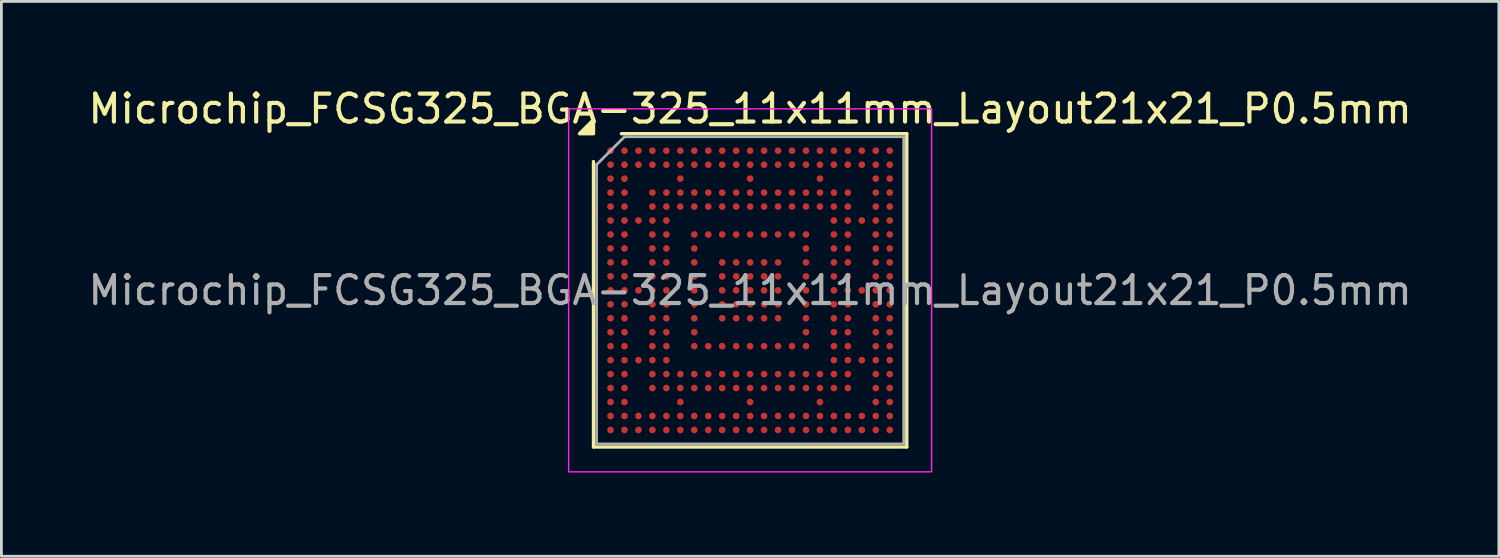
<source format=kicad_pcb>
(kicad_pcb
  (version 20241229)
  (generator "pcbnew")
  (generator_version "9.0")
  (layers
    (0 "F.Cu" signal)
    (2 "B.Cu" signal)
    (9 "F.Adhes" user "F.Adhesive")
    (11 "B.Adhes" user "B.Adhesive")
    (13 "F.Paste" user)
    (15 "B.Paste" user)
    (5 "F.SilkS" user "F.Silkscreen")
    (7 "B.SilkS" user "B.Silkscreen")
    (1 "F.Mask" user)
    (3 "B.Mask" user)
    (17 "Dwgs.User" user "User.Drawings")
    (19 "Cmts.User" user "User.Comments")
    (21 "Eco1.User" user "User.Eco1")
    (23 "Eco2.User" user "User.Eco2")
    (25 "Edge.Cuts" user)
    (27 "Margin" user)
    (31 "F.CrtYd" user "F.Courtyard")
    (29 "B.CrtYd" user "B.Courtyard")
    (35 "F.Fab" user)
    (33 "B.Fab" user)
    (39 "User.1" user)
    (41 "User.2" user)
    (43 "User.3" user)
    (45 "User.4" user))
  (footprint "Microchip_FCSG325_BGA-325_11x11mm_Layout21x21_P0.5mm"
    (layer "F.Cu")
    (at 23.815 7.348)
    (property "Reference" "Microchip_FCSG325_BGA-325_11x11mm_Layout21x21_P0.5mm" (at 0 -6.5 0) (layer "F.SilkS") (effects (font (size 1 1) (thickness 0.15))))
    (attr smd)
    (fp_line (start -5.61 5.61) (end -5.61 -4.61) (stroke (width 0.12) (type solid)) (layer "F.SilkS"))
    (fp_line (start -4.61 -5.61) (end 5.61 -5.61) (stroke (width 0.12) (type solid)) (layer "F.SilkS"))
    (fp_line (start 5.61 -5.61) (end 5.61 5.61) (stroke (width 0.12) (type solid)) (layer "F.SilkS"))
    (fp_line (start 5.61 5.61) (end -5.61 5.61) (stroke (width 0.12) (type solid)) (layer "F.SilkS"))
    (fp_poly (pts (xy -5.61 -5.61) (xy -6.11 -5.61) (xy -5.61 -6.11)) (stroke (width 0.12) (type solid)) (fill yes) (layer "F.SilkS"))
    (fp_rect (start -6.5 -6.5) (end 6.5 6.5) (stroke (width 0.05) (type solid)) (fill no) (layer "F.CrtYd"))
    (fp_line (start -5.5 -4.5) (end -4.5 -5.5) (stroke (width 0.1) (type solid)) (layer "F.Fab"))
    (fp_line (start -5.5 5.5) (end -5.5 -4.5) (stroke (width 0.1) (type solid)) (layer "F.Fab"))
    (fp_line (start -4.5 -5.5) (end 5.5 -5.5) (stroke (width 0.1) (type solid)) (layer "F.Fab"))
    (fp_line (start 5.5 -5.5) (end 5.5 5.5) (stroke (width 0.1) (type solid)) (layer "F.Fab"))
    (fp_line (start 5.5 5.5) (end -5.5 5.5) (stroke (width 0.1) (type solid)) (layer "F.Fab"))
    (fp_text user "${REFERENCE}" (at 0 0 0) (layer "F.Fab") (effects (font (size 1 1) (thickness 0.15))))
    (pad "A1" smd circle (at -5 -5) (size 0.24 0.24) (property pad_prop_bga) (layers "F.Cu" "F.Mask" "F.Paste"))
    (pad "A2" smd circle (at -4.5 -5) (size 0.24 0.24) (property pad_prop_bga) (layers "F.Cu" "F.Mask" "F.Paste"))
    (pad "A3" smd circle (at -4 -5) (size 0.24 0.24) (property pad_prop_bga) (layers "F.Cu" "F.Mask" "F.Paste"))
    (pad "A4" smd circle (at -3.5 -5) (size 0.24 0.24) (property pad_prop_bga) (layers "F.Cu" "F.Mask" "F.Paste"))
    (pad "A5" smd circle (at -3 -5) (size 0.24 0.24) (property pad_prop_bga) (layers "F.Cu" "F.Mask" "F.Paste"))
    (pad "A6" smd circle (at -2.5 -5) (size 0.24 0.24) (property pad_prop_bga) (layers "F.Cu" "F.Mask" "F.Paste"))
    (pad "A7" smd circle (at -2 -5) (size 0.24 0.24) (property pad_prop_bga) (layers "F.Cu" "F.Mask" "F.Paste"))
    (pad "A8" smd circle (at -1.5 -5) (size 0.24 0.24) (property pad_prop_bga) (layers "F.Cu" "F.Mask" "F.Paste"))
    (pad "A9" smd circle (at -1 -5) (size 0.24 0.24) (property pad_prop_bga) (layers "F.Cu" "F.Mask" "F.Paste"))
    (pad "A10" smd circle (at -0.5 -5) (size 0.24 0.24) (property pad_prop_bga) (layers "F.Cu" "F.Mask" "F.Paste"))
    (pad "A11" smd circle (at 0 -5) (size 0.24 0.24) (property pad_prop_bga) (layers "F.Cu" "F.Mask" "F.Paste"))
    (pad "A12" smd circle (at 0.5 -5) (size 0.24 0.24) (property pad_prop_bga) (layers "F.Cu" "F.Mask" "F.Paste"))
    (pad "A13" smd circle (at 1 -5) (size 0.24 0.24) (property pad_prop_bga) (layers "F.Cu" "F.Mask" "F.Paste"))
    (pad "A14" smd circle (at 1.5 -5) (size 0.24 0.24) (property pad_prop_bga) (layers "F.Cu" "F.Mask" "F.Paste"))
    (pad "A15" smd circle (at 2 -5) (size 0.24 0.24) (property pad_prop_bga) (layers "F.Cu" "F.Mask" "F.Paste"))
    (pad "A16" smd circle (at 2.5 -5) (size 0.24 0.24) (property pad_prop_bga) (layers "F.Cu" "F.Mask" "F.Paste"))
    (pad "A17" smd circle (at 3 -5) (size 0.24 0.24) (property pad_prop_bga) (layers "F.Cu" "F.Mask" "F.Paste"))
    (pad "A18" smd circle (at 3.5 -5) (size 0.24 0.24) (property pad_prop_bga) (layers "F.Cu" "F.Mask" "F.Paste"))
    (pad "A19" smd circle (at 4 -5) (size 0.24 0.24) (property pad_prop_bga) (layers "F.Cu" "F.Mask" "F.Paste"))
    (pad "A20" smd circle (at 4.5 -5) (size 0.24 0.24) (property pad_prop_bga) (layers "F.Cu" "F.Mask" "F.Paste"))
    (pad "A21" smd circle (at 5 -5) (size 0.24 0.24) (property pad_prop_bga) (layers "F.Cu" "F.Mask" "F.Paste"))
    (pad "AA1" smd circle (at -5 5) (size 0.24 0.24) (property pad_prop_bga) (layers "F.Cu" "F.Mask" "F.Paste"))
    (pad "AA2" smd circle (at -4.5 5) (size 0.24 0.24) (property pad_prop_bga) (layers "F.Cu" "F.Mask" "F.Paste"))
    (pad "AA3" smd circle (at -4 5) (size 0.24 0.24) (property pad_prop_bga) (layers "F.Cu" "F.Mask" "F.Paste"))
    (pad "AA4" smd circle (at -3.5 5) (size 0.24 0.24) (property pad_prop_bga) (layers "F.Cu" "F.Mask" "F.Paste"))
    (pad "AA5" smd circle (at -3 5) (size 0.24 0.24) (property pad_prop_bga) (layers "F.Cu" "F.Mask" "F.Paste"))
    (pad "AA6" smd circle (at -2.5 5) (size 0.24 0.24) (property pad_prop_bga) (layers "F.Cu" "F.Mask" "F.Paste"))
    (pad "AA7" smd circle (at -2 5) (size 0.24 0.24) (property pad_prop_bga) (layers "F.Cu" "F.Mask" "F.Paste"))
    (pad "AA8" smd circle (at -1.5 5) (size 0.24 0.24) (property pad_prop_bga) (layers "F.Cu" "F.Mask" "F.Paste"))
    (pad "AA9" smd circle (at -1 5) (size 0.24 0.24) (property pad_prop_bga) (layers "F.Cu" "F.Mask" "F.Paste"))
    (pad "AA10" smd circle (at -0.5 5) (size 0.24 0.24) (property pad_prop_bga) (layers "F.Cu" "F.Mask" "F.Paste"))
    (pad "AA11" smd circle (at 0 5) (size 0.24 0.24) (property pad_prop_bga) (layers "F.Cu" "F.Mask" "F.Paste"))
    (pad "AA12" smd circle (at 0.5 5) (size 0.24 0.24) (property pad_prop_bga) (layers "F.Cu" "F.Mask" "F.Paste"))
    (pad "AA13" smd circle (at 1 5) (size 0.24 0.24) (property pad_prop_bga) (layers "F.Cu" "F.Mask" "F.Paste"))
    (pad "AA14" smd circle (at 1.5 5) (size 0.24 0.24) (property pad_prop_bga) (layers "F.Cu" "F.Mask" "F.Paste"))
    (pad "AA15" smd circle (at 2 5) (size 0.24 0.24) (property pad_prop_bga) (layers "F.Cu" "F.Mask" "F.Paste"))
    (pad "AA16" smd circle (at 2.5 5) (size 0.24 0.24) (property pad_prop_bga) (layers "F.Cu" "F.Mask" "F.Paste"))
    (pad "AA17" smd circle (at 3 5) (size 0.24 0.24) (property pad_prop_bga) (layers "F.Cu" "F.Mask" "F.Paste"))
    (pad "AA18" smd circle (at 3.5 5) (size 0.24 0.24) (property pad_prop_bga) (layers "F.Cu" "F.Mask" "F.Paste"))
    (pad "AA19" smd circle (at 4 5) (size 0.24 0.24) (property pad_prop_bga) (layers "F.Cu" "F.Mask" "F.Paste"))
    (pad "AA20" smd circle (at 4.5 5) (size 0.24 0.24) (property pad_prop_bga) (layers "F.Cu" "F.Mask" "F.Paste"))
    (pad "AA21" smd circle (at 5 5) (size 0.24 0.24) (property pad_prop_bga) (layers "F.Cu" "F.Mask" "F.Paste"))
    (pad "B1" smd circle (at -5 -4.5) (size 0.24 0.24) (property pad_prop_bga) (layers "F.Cu" "F.Mask" "F.Paste"))
    (pad "B2" smd circle (at -4.5 -4.5) (size 0.24 0.24) (property pad_prop_bga) (layers "F.Cu" "F.Mask" "F.Paste"))
    (pad "B3" smd circle (at -4 -4.5) (size 0.24 0.24) (property pad_prop_bga) (layers "F.Cu" "F.Mask" "F.Paste"))
    (pad "B4" smd circle (at -3.5 -4.5) (size 0.24 0.24) (property pad_prop_bga) (layers "F.Cu" "F.Mask" "F.Paste"))
    (pad "B5" smd circle (at -3 -4.5) (size 0.24 0.24) (property pad_prop_bga) (layers "F.Cu" "F.Mask" "F.Paste"))
    (pad "B6" smd circle (at -2.5 -4.5) (size 0.24 0.24) (property pad_prop_bga) (layers "F.Cu" "F.Mask" "F.Paste"))
    (pad "B7" smd circle (at -2 -4.5) (size 0.24 0.24) (property pad_prop_bga) (layers "F.Cu" "F.Mask" "F.Paste"))
    (pad "B8" smd circle (at -1.5 -4.5) (size 0.24 0.24) (property pad_prop_bga) (layers "F.Cu" "F.Mask" "F.Paste"))
    (pad "B9" smd circle (at -1 -4.5) (size 0.24 0.24) (property pad_prop_bga) (layers "F.Cu" "F.Mask" "F.Paste"))
    (pad "B10" smd circle (at -0.5 -4.5) (size 0.24 0.24) (property pad_prop_bga) (layers "F.Cu" "F.Mask" "F.Paste"))
    (pad "B11" smd circle (at 0 -4.5) (size 0.24 0.24) (property pad_prop_bga) (layers "F.Cu" "F.Mask" "F.Paste"))
    (pad "B12" smd circle (at 0.5 -4.5) (size 0.24 0.24) (property pad_prop_bga) (layers "F.Cu" "F.Mask" "F.Paste"))
    (pad "B13" smd circle (at 1 -4.5) (size 0.24 0.24) (property pad_prop_bga) (layers "F.Cu" "F.Mask" "F.Paste"))
    (pad "B14" smd circle (at 1.5 -4.5) (size 0.24 0.24) (property pad_prop_bga) (layers "F.Cu" "F.Mask" "F.Paste"))
    (pad "B15" smd circle (at 2 -4.5) (size 0.24 0.24) (property pad_prop_bga) (layers "F.Cu" "F.Mask" "F.Paste"))
    (pad "B16" smd circle (at 2.5 -4.5) (size 0.24 0.24) (property pad_prop_bga) (layers "F.Cu" "F.Mask" "F.Paste"))
    (pad "B17" smd circle (at 3 -4.5) (size 0.24 0.24) (property pad_prop_bga) (layers "F.Cu" "F.Mask" "F.Paste"))
    (pad "B18" smd circle (at 3.5 -4.5) (size 0.24 0.24) (property pad_prop_bga) (layers "F.Cu" "F.Mask" "F.Paste"))
    (pad "B19" smd circle (at 4 -4.5) (size 0.24 0.24) (property pad_prop_bga) (layers "F.Cu" "F.Mask" "F.Paste"))
    (pad "B20" smd circle (at 4.5 -4.5) (size 0.24 0.24) (property pad_prop_bga) (layers "F.Cu" "F.Mask" "F.Paste"))
    (pad "B21" smd circle (at 5 -4.5) (size 0.24 0.24) (property pad_prop_bga) (layers "F.Cu" "F.Mask" "F.Paste"))
    (pad "C1" smd circle (at -5 -4) (size 0.24 0.24) (property pad_prop_bga) (layers "F.Cu" "F.Mask" "F.Paste"))
    (pad "C2" smd circle (at -4.5 -4) (size 0.24 0.24) (property pad_prop_bga) (layers "F.Cu" "F.Mask" "F.Paste"))
    (pad "C6" smd circle (at -2.5 -4) (size 0.24 0.24) (property pad_prop_bga) (layers "F.Cu" "F.Mask" "F.Paste"))
    (pad "C11" smd circle (at 0 -4) (size 0.24 0.24) (property pad_prop_bga) (layers "F.Cu" "F.Mask" "F.Paste"))
    (pad "C16" smd circle (at 2.5 -4) (size 0.24 0.24) (property pad_prop_bga) (layers "F.Cu" "F.Mask" "F.Paste"))
    (pad "C20" smd circle (at 4.5 -4) (size 0.24 0.24) (property pad_prop_bga) (layers "F.Cu" "F.Mask" "F.Paste"))
    (pad "C21" smd circle (at 5 -4) (size 0.24 0.24) (property pad_prop_bga) (layers "F.Cu" "F.Mask" "F.Paste"))
    (pad "D1" smd circle (at -5 -3.5) (size 0.24 0.24) (property pad_prop_bga) (layers "F.Cu" "F.Mask" "F.Paste"))
    (pad "D2" smd circle (at -4.5 -3.5) (size 0.24 0.24) (property pad_prop_bga) (layers "F.Cu" "F.Mask" "F.Paste"))
    (pad "D4" smd circle (at -3.5 -3.5) (size 0.24 0.24) (property pad_prop_bga) (layers "F.Cu" "F.Mask" "F.Paste"))
    (pad "D5" smd circle (at -3 -3.5) (size 0.24 0.24) (property pad_prop_bga) (layers "F.Cu" "F.Mask" "F.Paste"))
    (pad "D6" smd circle (at -2.5 -3.5) (size 0.24 0.24) (property pad_prop_bga) (layers "F.Cu" "F.Mask" "F.Paste"))
    (pad "D7" smd circle (at -2 -3.5) (size 0.24 0.24) (property pad_prop_bga) (layers "F.Cu" "F.Mask" "F.Paste"))
    (pad "D8" smd circle (at -1.5 -3.5) (size 0.24 0.24) (property pad_prop_bga) (layers "F.Cu" "F.Mask" "F.Paste"))
    (pad "D9" smd circle (at -1 -3.5) (size 0.24 0.24) (property pad_prop_bga) (layers "F.Cu" "F.Mask" "F.Paste"))
    (pad "D10" smd circle (at -0.5 -3.5) (size 0.24 0.24) (property pad_prop_bga) (layers "F.Cu" "F.Mask" "F.Paste"))
    (pad "D11" smd circle (at 0 -3.5) (size 0.24 0.24) (property pad_prop_bga) (layers "F.Cu" "F.Mask" "F.Paste"))
    (pad "D12" smd circle (at 0.5 -3.5) (size 0.24 0.24) (property pad_prop_bga) (layers "F.Cu" "F.Mask" "F.Paste"))
    (pad "D13" smd circle (at 1 -3.5) (size 0.24 0.24) (property pad_prop_bga) (layers "F.Cu" "F.Mask" "F.Paste"))
    (pad "D14" smd circle (at 1.5 -3.5) (size 0.24 0.24) (property pad_prop_bga) (layers "F.Cu" "F.Mask" "F.Paste"))
    (pad "D15" smd circle (at 2 -3.5) (size 0.24 0.24) (property pad_prop_bga) (layers "F.Cu" "F.Mask" "F.Paste"))
    (pad "D16" smd circle (at 2.5 -3.5) (size 0.24 0.24) (property pad_prop_bga) (layers "F.Cu" "F.Mask" "F.Paste"))
    (pad "D17" smd circle (at 3 -3.5) (size 0.24 0.24) (property pad_prop_bga) (layers "F.Cu" "F.Mask" "F.Paste"))
    (pad "D18" smd circle (at 3.5 -3.5) (size 0.24 0.24) (property pad_prop_bga) (layers "F.Cu" "F.Mask" "F.Paste"))
    (pad "D20" smd circle (at 4.5 -3.5) (size 0.24 0.24) (property pad_prop_bga) (layers "F.Cu" "F.Mask" "F.Paste"))
    (pad "D21" smd circle (at 5 -3.5) (size 0.24 0.24) (property pad_prop_bga) (layers "F.Cu" "F.Mask" "F.Paste"))
    (pad "E1" smd circle (at -5 -3) (size 0.24 0.24) (property pad_prop_bga) (layers "F.Cu" "F.Mask" "F.Paste"))
    (pad "E2" smd circle (at -4.5 -3) (size 0.24 0.24) (property pad_prop_bga) (layers "F.Cu" "F.Mask" "F.Paste"))
    (pad "E4" smd circle (at -3.5 -3) (size 0.24 0.24) (property pad_prop_bga) (layers "F.Cu" "F.Mask" "F.Paste"))
    (pad "E5" smd circle (at -3 -3) (size 0.24 0.24) (property pad_prop_bga) (layers "F.Cu" "F.Mask" "F.Paste"))
    (pad "E6" smd circle (at -2.5 -3) (size 0.24 0.24) (property pad_prop_bga) (layers "F.Cu" "F.Mask" "F.Paste"))
    (pad "E7" smd circle (at -2 -3) (size 0.24 0.24) (property pad_prop_bga) (layers "F.Cu" "F.Mask" "F.Paste"))
    (pad "E8" smd circle (at -1.5 -3) (size 0.24 0.24) (property pad_prop_bga) (layers "F.Cu" "F.Mask" "F.Paste"))
    (pad "E9" smd circle (at -1 -3) (size 0.24 0.24) (property pad_prop_bga) (layers "F.Cu" "F.Mask" "F.Paste"))
    (pad "E10" smd circle (at -0.5 -3) (size 0.24 0.24) (property pad_prop_bga) (layers "F.Cu" "F.Mask" "F.Paste"))
    (pad "E11" smd circle (at 0 -3) (size 0.24 0.24) (property pad_prop_bga) (layers "F.Cu" "F.Mask" "F.Paste"))
    (pad "E12" smd circle (at 0.5 -3) (size 0.24 0.24) (property pad_prop_bga) (layers "F.Cu" "F.Mask" "F.Paste"))
    (pad "E13" smd circle (at 1 -3) (size 0.24 0.24) (property pad_prop_bga) (layers "F.Cu" "F.Mask" "F.Paste"))
    (pad "E14" smd circle (at 1.5 -3) (size 0.24 0.24) (property pad_prop_bga) (layers "F.Cu" "F.Mask" "F.Paste"))
    (pad "E15" smd circle (at 2 -3) (size 0.24 0.24) (property pad_prop_bga) (layers "F.Cu" "F.Mask" "F.Paste"))
    (pad "E16" smd circle (at 2.5 -3) (size 0.24 0.24) (property pad_prop_bga) (layers "F.Cu" "F.Mask" "F.Paste"))
    (pad "E17" smd circle (at 3 -3) (size 0.24 0.24) (property pad_prop_bga) (layers "F.Cu" "F.Mask" "F.Paste"))
    (pad "E18" smd circle (at 3.5 -3) (size 0.24 0.24) (property pad_prop_bga) (layers "F.Cu" "F.Mask" "F.Paste"))
    (pad "E20" smd circle (at 4.5 -3) (size 0.24 0.24) (property pad_prop_bga) (layers "F.Cu" "F.Mask" "F.Paste"))
    (pad "E21" smd circle (at 5 -3) (size 0.24 0.24) (property pad_prop_bga) (layers "F.Cu" "F.Mask" "F.Paste"))
    (pad "F1" smd circle (at -5 -2.5) (size 0.24 0.24) (property pad_prop_bga) (layers "F.Cu" "F.Mask" "F.Paste"))
    (pad "F2" smd circle (at -4.5 -2.5) (size 0.24 0.24) (property pad_prop_bga) (layers "F.Cu" "F.Mask" "F.Paste"))
    (pad "F3" smd circle (at -4 -2.5) (size 0.24 0.24) (property pad_prop_bga) (layers "F.Cu" "F.Mask" "F.Paste"))
    (pad "F4" smd circle (at -3.5 -2.5) (size 0.24 0.24) (property pad_prop_bga) (layers "F.Cu" "F.Mask" "F.Paste"))
    (pad "F5" smd circle (at -3 -2.5) (size 0.24 0.24) (property pad_prop_bga) (layers "F.Cu" "F.Mask" "F.Paste"))
    (pad "F17" smd circle (at 3 -2.5) (size 0.24 0.24) (property pad_prop_bga) (layers "F.Cu" "F.Mask" "F.Paste"))
    (pad "F18" smd circle (at 3.5 -2.5) (size 0.24 0.24) (property pad_prop_bga) (layers "F.Cu" "F.Mask" "F.Paste"))
    (pad "F19" smd circle (at 4 -2.5) (size 0.24 0.24) (property pad_prop_bga) (layers "F.Cu" "F.Mask" "F.Paste"))
    (pad "F20" smd circle (at 4.5 -2.5) (size 0.24 0.24) (property pad_prop_bga) (layers "F.Cu" "F.Mask" "F.Paste"))
    (pad "F21" smd circle (at 5 -2.5) (size 0.24 0.24) (property pad_prop_bga) (layers "F.Cu" "F.Mask" "F.Paste"))
    (pad "G1" smd circle (at -5 -2) (size 0.24 0.24) (property pad_prop_bga) (layers "F.Cu" "F.Mask" "F.Paste"))
    (pad "G2" smd circle (at -4.5 -2) (size 0.24 0.24) (property pad_prop_bga) (layers "F.Cu" "F.Mask" "F.Paste"))
    (pad "G4" smd circle (at -3.5 -2) (size 0.24 0.24) (property pad_prop_bga) (layers "F.Cu" "F.Mask" "F.Paste"))
    (pad "G5" smd circle (at -3 -2) (size 0.24 0.24) (property pad_prop_bga) (layers "F.Cu" "F.Mask" "F.Paste"))
    (pad "G7" smd circle (at -2 -2) (size 0.24 0.24) (property pad_prop_bga) (layers "F.Cu" "F.Mask" "F.Paste"))
    (pad "G8" smd circle (at -1.5 -2) (size 0.24 0.24) (property pad_prop_bga) (layers "F.Cu" "F.Mask" "F.Paste"))
    (pad "G9" smd circle (at -1 -2) (size 0.24 0.24) (property pad_prop_bga) (layers "F.Cu" "F.Mask" "F.Paste"))
    (pad "G10" smd circle (at -0.5 -2) (size 0.24 0.24) (property pad_prop_bga) (layers "F.Cu" "F.Mask" "F.Paste"))
    (pad "G11" smd circle (at 0 -2) (size 0.24 0.24) (property pad_prop_bga) (layers "F.Cu" "F.Mask" "F.Paste"))
    (pad "G12" smd circle (at 0.5 -2) (size 0.24 0.24) (property pad_prop_bga) (layers "F.Cu" "F.Mask" "F.Paste"))
    (pad "G13" smd circle (at 1 -2) (size 0.24 0.24) (property pad_prop_bga) (layers "F.Cu" "F.Mask" "F.Paste"))
    (pad "G14" smd circle (at 1.5 -2) (size 0.24 0.24) (property pad_prop_bga) (layers "F.Cu" "F.Mask" "F.Paste"))
    (pad "G15" smd circle (at 2 -2) (size 0.24 0.24) (property pad_prop_bga) (layers "F.Cu" "F.Mask" "F.Paste"))
    (pad "G17" smd circle (at 3 -2) (size 0.24 0.24) (property pad_prop_bga) (layers "F.Cu" "F.Mask" "F.Paste"))
    (pad "G18" smd circle (at 3.5 -2) (size 0.24 0.24) (property pad_prop_bga) (layers "F.Cu" "F.Mask" "F.Paste"))
    (pad "G20" smd circle (at 4.5 -2) (size 0.24 0.24) (property pad_prop_bga) (layers "F.Cu" "F.Mask" "F.Paste"))
    (pad "G21" smd circle (at 5 -2) (size 0.24 0.24) (property pad_prop_bga) (layers "F.Cu" "F.Mask" "F.Paste"))
    (pad "H1" smd circle (at -5 -1.5) (size 0.24 0.24) (property pad_prop_bga) (layers "F.Cu" "F.Mask" "F.Paste"))
    (pad "H2" smd circle (at -4.5 -1.5) (size 0.24 0.24) (property pad_prop_bga) (layers "F.Cu" "F.Mask" "F.Paste"))
    (pad "H4" smd circle (at -3.5 -1.5) (size 0.24 0.24) (property pad_prop_bga) (layers "F.Cu" "F.Mask" "F.Paste"))
    (pad "H5" smd circle (at -3 -1.5) (size 0.24 0.24) (property pad_prop_bga) (layers "F.Cu" "F.Mask" "F.Paste"))
    (pad "H7" smd circle (at -2 -1.5) (size 0.24 0.24) (property pad_prop_bga) (layers "F.Cu" "F.Mask" "F.Paste"))
    (pad "H15" smd circle (at 2 -1.5) (size 0.24 0.24) (property pad_prop_bga) (layers "F.Cu" "F.Mask" "F.Paste"))
    (pad "H17" smd circle (at 3 -1.5) (size 0.24 0.24) (property pad_prop_bga) (layers "F.Cu" "F.Mask" "F.Paste"))
    (pad "H18" smd circle (at 3.5 -1.5) (size 0.24 0.24) (property pad_prop_bga) (layers "F.Cu" "F.Mask" "F.Paste"))
    (pad "H20" smd circle (at 4.5 -1.5) (size 0.24 0.24) (property pad_prop_bga) (layers "F.Cu" "F.Mask" "F.Paste"))
    (pad "H21" smd circle (at 5 -1.5) (size 0.24 0.24) (property pad_prop_bga) (layers "F.Cu" "F.Mask" "F.Paste"))
    (pad "J1" smd circle (at -5 -1) (size 0.24 0.24) (property pad_prop_bga) (layers "F.Cu" "F.Mask" "F.Paste"))
    (pad "J2" smd circle (at -4.5 -1) (size 0.24 0.24) (property pad_prop_bga) (layers "F.Cu" "F.Mask" "F.Paste"))
    (pad "J4" smd circle (at -3.5 -1) (size 0.24 0.24) (property pad_prop_bga) (layers "F.Cu" "F.Mask" "F.Paste"))
    (pad "J5" smd circle (at -3 -1) (size 0.24 0.24) (property pad_prop_bga) (layers "F.Cu" "F.Mask" "F.Paste"))
    (pad "J7" smd circle (at -2 -1) (size 0.24 0.24) (property pad_prop_bga) (layers "F.Cu" "F.Mask" "F.Paste"))
    (pad "J9" smd circle (at -1 -1) (size 0.24 0.24) (property pad_prop_bga) (layers "F.Cu" "F.Mask" "F.Paste"))
    (pad "J10" smd circle (at -0.5 -1) (size 0.24 0.24) (property pad_prop_bga) (layers "F.Cu" "F.Mask" "F.Paste"))
    (pad "J11" smd circle (at 0 -1) (size 0.24 0.24) (property pad_prop_bga) (layers "F.Cu" "F.Mask" "F.Paste"))
    (pad "J12" smd circle (at 0.5 -1) (size 0.24 0.24) (property pad_prop_bga) (layers "F.Cu" "F.Mask" "F.Paste"))
    (pad "J13" smd circle (at 1 -1) (size 0.24 0.24) (property pad_prop_bga) (layers "F.Cu" "F.Mask" "F.Paste"))
    (pad "J15" smd circle (at 2 -1) (size 0.24 0.24) (property pad_prop_bga) (layers "F.Cu" "F.Mask" "F.Paste"))
    (pad "J17" smd circle (at 3 -1) (size 0.24 0.24) (property pad_prop_bga) (layers "F.Cu" "F.Mask" "F.Paste"))
    (pad "J18" smd circle (at 3.5 -1) (size 0.24 0.24) (property pad_prop_bga) (layers "F.Cu" "F.Mask" "F.Paste"))
    (pad "J20" smd circle (at 4.5 -1) (size 0.24 0.24) (property pad_prop_bga) (layers "F.Cu" "F.Mask" "F.Paste"))
    (pad "J21" smd circle (at 5 -1) (size 0.24 0.24) (property pad_prop_bga) (layers "F.Cu" "F.Mask" "F.Paste"))
    (pad "K1" smd circle (at -5 -0.5) (size 0.24 0.24) (property pad_prop_bga) (layers "F.Cu" "F.Mask" "F.Paste"))
    (pad "K2" smd circle (at -4.5 -0.5) (size 0.24 0.24) (property pad_prop_bga) (layers "F.Cu" "F.Mask" "F.Paste"))
    (pad "K4" smd circle (at -3.5 -0.5) (size 0.24 0.24) (property pad_prop_bga) (layers "F.Cu" "F.Mask" "F.Paste"))
    (pad "K5" smd circle (at -3 -0.5) (size 0.24 0.24) (property pad_prop_bga) (layers "F.Cu" "F.Mask" "F.Paste"))
    (pad "K7" smd circle (at -2 -0.5) (size 0.24 0.24) (property pad_prop_bga) (layers "F.Cu" "F.Mask" "F.Paste"))
    (pad "K9" smd circle (at -1 -0.5) (size 0.24 0.24) (property pad_prop_bga) (layers "F.Cu" "F.Mask" "F.Paste"))
    (pad "K10" smd circle (at -0.5 -0.5) (size 0.24 0.24) (property pad_prop_bga) (layers "F.Cu" "F.Mask" "F.Paste"))
    (pad "K11" smd circle (at 0 -0.5) (size 0.24 0.24) (property pad_prop_bga) (layers "F.Cu" "F.Mask" "F.Paste"))
    (pad "K12" smd circle (at 0.5 -0.5) (size 0.24 0.24) (property pad_prop_bga) (layers "F.Cu" "F.Mask" "F.Paste"))
    (pad "K13" smd circle (at 1 -0.5) (size 0.24 0.24) (property pad_prop_bga) (layers "F.Cu" "F.Mask" "F.Paste"))
    (pad "K15" smd circle (at 2 -0.5) (size 0.24 0.24) (property pad_prop_bga) (layers "F.Cu" "F.Mask" "F.Paste"))
    (pad "K17" smd circle (at 3 -0.5) (size 0.24 0.24) (property pad_prop_bga) (layers "F.Cu" "F.Mask" "F.Paste"))
    (pad "K18" smd circle (at 3.5 -0.5) (size 0.24 0.24) (property pad_prop_bga) (layers "F.Cu" "F.Mask" "F.Paste"))
    (pad "K20" smd circle (at 4.5 -0.5) (size 0.24 0.24) (property pad_prop_bga) (layers "F.Cu" "F.Mask" "F.Paste"))
    (pad "K21" smd circle (at 5 -0.5) (size 0.24 0.24) (property pad_prop_bga) (layers "F.Cu" "F.Mask" "F.Paste"))
    (pad "L1" smd circle (at -5 0) (size 0.24 0.24) (property pad_prop_bga) (layers "F.Cu" "F.Mask" "F.Paste"))
    (pad "L2" smd circle (at -4.5 0) (size 0.24 0.24) (property pad_prop_bga) (layers "F.Cu" "F.Mask" "F.Paste"))
    (pad "L3" smd circle (at -4 0) (size 0.24 0.24) (property pad_prop_bga) (layers "F.Cu" "F.Mask" "F.Paste"))
    (pad "L4" smd circle (at -3.5 0) (size 0.24 0.24) (property pad_prop_bga) (layers "F.Cu" "F.Mask" "F.Paste"))
    (pad "L5" smd circle (at -3 0) (size 0.24 0.24) (property pad_prop_bga) (layers "F.Cu" "F.Mask" "F.Paste"))
    (pad "L7" smd circle (at -2 0) (size 0.24 0.24) (property pad_prop_bga) (layers "F.Cu" "F.Mask" "F.Paste"))
    (pad "L9" smd circle (at -1 0) (size 0.24 0.24) (property pad_prop_bga) (layers "F.Cu" "F.Mask" "F.Paste"))
    (pad "L10" smd circle (at -0.5 0) (size 0.24 0.24) (property pad_prop_bga) (layers "F.Cu" "F.Mask" "F.Paste"))
    (pad "L11" smd circle (at 0 0) (size 0.24 0.24) (property pad_prop_bga) (layers "F.Cu" "F.Mask" "F.Paste"))
    (pad "L12" smd circle (at 0.5 0) (size 0.24 0.24) (property pad_prop_bga) (layers "F.Cu" "F.Mask" "F.Paste"))
    (pad "L13" smd circle (at 1 0) (size 0.24 0.24) (property pad_prop_bga) (layers "F.Cu" "F.Mask" "F.Paste"))
    (pad "L15" smd circle (at 2 0) (size 0.24 0.24) (property pad_prop_bga) (layers "F.Cu" "F.Mask" "F.Paste"))
    (pad "L17" smd circle (at 3 0) (size 0.24 0.24) (property pad_prop_bga) (layers "F.Cu" "F.Mask" "F.Paste"))
    (pad "L18" smd circle (at 3.5 0) (size 0.24 0.24) (property pad_prop_bga) (layers "F.Cu" "F.Mask" "F.Paste"))
    (pad "L19" smd circle (at 4 0) (size 0.24 0.24) (property pad_prop_bga) (layers "F.Cu" "F.Mask" "F.Paste"))
    (pad "L20" smd circle (at 4.5 0) (size 0.24 0.24) (property pad_prop_bga) (layers "F.Cu" "F.Mask" "F.Paste"))
    (pad "L21" smd circle (at 5 0) (size 0.24 0.24) (property pad_prop_bga) (layers "F.Cu" "F.Mask" "F.Paste"))
    (pad "M1" smd circle (at -5 0.5) (size 0.24 0.24) (property pad_prop_bga) (layers "F.Cu" "F.Mask" "F.Paste"))
    (pad "M2" smd circle (at -4.5 0.5) (size 0.24 0.24) (property pad_prop_bga) (layers "F.Cu" "F.Mask" "F.Paste"))
    (pad "M4" smd circle (at -3.5 0.5) (size 0.24 0.24) (property pad_prop_bga) (layers "F.Cu" "F.Mask" "F.Paste"))
    (pad "M5" smd circle (at -3 0.5) (size 0.24 0.24) (property pad_prop_bga) (layers "F.Cu" "F.Mask" "F.Paste"))
    (pad "M7" smd circle (at -2 0.5) (size 0.24 0.24) (property pad_prop_bga) (layers "F.Cu" "F.Mask" "F.Paste"))
    (pad "M9" smd circle (at -1 0.5) (size 0.24 0.24) (property pad_prop_bga) (layers "F.Cu" "F.Mask" "F.Paste"))
    (pad "M10" smd circle (at -0.5 0.5) (size 0.24 0.24) (property pad_prop_bga) (layers "F.Cu" "F.Mask" "F.Paste"))
    (pad "M11" smd circle (at 0 0.5) (size 0.24 0.24) (property pad_prop_bga) (layers "F.Cu" "F.Mask" "F.Paste"))
    (pad "M12" smd circle (at 0.5 0.5) (size 0.24 0.24) (property pad_prop_bga) (layers "F.Cu" "F.Mask" "F.Paste"))
    (pad "M13" smd circle (at 1 0.5) (size 0.24 0.24) (property pad_prop_bga) (layers "F.Cu" "F.Mask" "F.Paste"))
    (pad "M15" smd circle (at 2 0.5) (size 0.24 0.24) (property pad_prop_bga) (layers "F.Cu" "F.Mask" "F.Paste"))
    (pad "M17" smd circle (at 3 0.5) (size 0.24 0.24) (property pad_prop_bga) (layers "F.Cu" "F.Mask" "F.Paste"))
    (pad "M18" smd circle (at 3.5 0.5) (size 0.24 0.24) (property pad_prop_bga) (layers "F.Cu" "F.Mask" "F.Paste"))
    (pad "M20" smd circle (at 4.5 0.5) (size 0.24 0.24) (property pad_prop_bga) (layers "F.Cu" "F.Mask" "F.Paste"))
    (pad "M21" smd circle (at 5 0.5) (size 0.24 0.24) (property pad_prop_bga) (layers "F.Cu" "F.Mask" "F.Paste"))
    (pad "N1" smd circle (at -5 1) (size 0.24 0.24) (property pad_prop_bga) (layers "F.Cu" "F.Mask" "F.Paste"))
    (pad "N2" smd circle (at -4.5 1) (size 0.24 0.24) (property pad_prop_bga) (layers "F.Cu" "F.Mask" "F.Paste"))
    (pad "N4" smd circle (at -3.5 1) (size 0.24 0.24) (property pad_prop_bga) (layers "F.Cu" "F.Mask" "F.Paste"))
    (pad "N5" smd circle (at -3 1) (size 0.24 0.24) (property pad_prop_bga) (layers "F.Cu" "F.Mask" "F.Paste"))
    (pad "N7" smd circle (at -2 1) (size 0.24 0.24) (property pad_prop_bga) (layers "F.Cu" "F.Mask" "F.Paste"))
    (pad "N9" smd circle (at -1 1) (size 0.24 0.24) (property pad_prop_bga) (layers "F.Cu" "F.Mask" "F.Paste"))
    (pad "N10" smd circle (at -0.5 1) (size 0.24 0.24) (property pad_prop_bga) (layers "F.Cu" "F.Mask" "F.Paste"))
    (pad "N11" smd circle (at 0 1) (size 0.24 0.24) (property pad_prop_bga) (layers "F.Cu" "F.Mask" "F.Paste"))
    (pad "N12" smd circle (at 0.5 1) (size 0.24 0.24) (property pad_prop_bga) (layers "F.Cu" "F.Mask" "F.Paste"))
    (pad "N13" smd circle (at 1 1) (size 0.24 0.24) (property pad_prop_bga) (layers "F.Cu" "F.Mask" "F.Paste"))
    (pad "N15" smd circle (at 2 1) (size 0.24 0.24) (property pad_prop_bga) (layers "F.Cu" "F.Mask" "F.Paste"))
    (pad "N17" smd circle (at 3 1) (size 0.24 0.24) (property pad_prop_bga) (layers "F.Cu" "F.Mask" "F.Paste"))
    (pad "N18" smd circle (at 3.5 1) (size 0.24 0.24) (property pad_prop_bga) (layers "F.Cu" "F.Mask" "F.Paste"))
    (pad "N20" smd circle (at 4.5 1) (size 0.24 0.24) (property pad_prop_bga) (layers "F.Cu" "F.Mask" "F.Paste"))
    (pad "N21" smd circle (at 5 1) (size 0.24 0.24) (property pad_prop_bga) (layers "F.Cu" "F.Mask" "F.Paste"))
    (pad "P1" smd circle (at -5 1.5) (size 0.24 0.24) (property pad_prop_bga) (layers "F.Cu" "F.Mask" "F.Paste"))
    (pad "P2" smd circle (at -4.5 1.5) (size 0.24 0.24) (property pad_prop_bga) (layers "F.Cu" "F.Mask" "F.Paste"))
    (pad "P4" smd circle (at -3.5 1.5) (size 0.24 0.24) (property pad_prop_bga) (layers "F.Cu" "F.Mask" "F.Paste"))
    (pad "P5" smd circle (at -3 1.5) (size 0.24 0.24) (property pad_prop_bga) (layers "F.Cu" "F.Mask" "F.Paste"))
    (pad "P7" smd circle (at -2 1.5) (size 0.24 0.24) (property pad_prop_bga) (layers "F.Cu" "F.Mask" "F.Paste"))
    (pad "P15" smd circle (at 2 1.5) (size 0.24 0.24) (property pad_prop_bga) (layers "F.Cu" "F.Mask" "F.Paste"))
    (pad "P17" smd circle (at 3 1.5) (size 0.24 0.24) (property pad_prop_bga) (layers "F.Cu" "F.Mask" "F.Paste"))
    (pad "P18" smd circle (at 3.5 1.5) (size 0.24 0.24) (property pad_prop_bga) (layers "F.Cu" "F.Mask" "F.Paste"))
    (pad "P20" smd circle (at 4.5 1.5) (size 0.24 0.24) (property pad_prop_bga) (layers "F.Cu" "F.Mask" "F.Paste"))
    (pad "P21" smd circle (at 5 1.5) (size 0.24 0.24) (property pad_prop_bga) (layers "F.Cu" "F.Mask" "F.Paste"))
    (pad "R1" smd circle (at -5 2) (size 0.24 0.24) (property pad_prop_bga) (layers "F.Cu" "F.Mask" "F.Paste"))
    (pad "R2" smd circle (at -4.5 2) (size 0.24 0.24) (property pad_prop_bga) (layers "F.Cu" "F.Mask" "F.Paste"))
    (pad "R4" smd circle (at -3.5 2) (size 0.24 0.24) (property pad_prop_bga) (layers "F.Cu" "F.Mask" "F.Paste"))
    (pad "R5" smd circle (at -3 2) (size 0.24 0.24) (property pad_prop_bga) (layers "F.Cu" "F.Mask" "F.Paste"))
    (pad "R7" smd circle (at -2 2) (size 0.24 0.24) (property pad_prop_bga) (layers "F.Cu" "F.Mask" "F.Paste"))
    (pad "R8" smd circle (at -1.5 2) (size 0.24 0.24) (property pad_prop_bga) (layers "F.Cu" "F.Mask" "F.Paste"))
    (pad "R9" smd circle (at -1 2) (size 0.24 0.24) (property pad_prop_bga) (layers "F.Cu" "F.Mask" "F.Paste"))
    (pad "R10" smd circle (at -0.5 2) (size 0.24 0.24) (property pad_prop_bga) (layers "F.Cu" "F.Mask" "F.Paste"))
    (pad "R11" smd circle (at 0 2) (size 0.24 0.24) (property pad_prop_bga) (layers "F.Cu" "F.Mask" "F.Paste"))
    (pad "R12" smd circle (at 0.5 2) (size 0.24 0.24) (property pad_prop_bga) (layers "F.Cu" "F.Mask" "F.Paste"))
    (pad "R13" smd circle (at 1 2) (size 0.24 0.24) (property pad_prop_bga) (layers "F.Cu" "F.Mask" "F.Paste"))
    (pad "R14" smd circle (at 1.5 2) (size 0.24 0.24) (property pad_prop_bga) (layers "F.Cu" "F.Mask" "F.Paste"))
    (pad "R15" smd circle (at 2 2) (size 0.24 0.24) (property pad_prop_bga) (layers "F.Cu" "F.Mask" "F.Paste"))
    (pad "R17" smd circle (at 3 2) (size 0.24 0.24) (property pad_prop_bga) (layers "F.Cu" "F.Mask" "F.Paste"))
    (pad "R18" smd circle (at 3.5 2) (size 0.24 0.24) (property pad_prop_bga) (layers "F.Cu" "F.Mask" "F.Paste"))
    (pad "R20" smd circle (at 4.5 2) (size 0.24 0.24) (property pad_prop_bga) (layers "F.Cu" "F.Mask" "F.Paste"))
    (pad "R21" smd circle (at 5 2) (size 0.24 0.24) (property pad_prop_bga) (layers "F.Cu" "F.Mask" "F.Paste"))
    (pad "T1" smd circle (at -5 2.5) (size 0.24 0.24) (property pad_prop_bga) (layers "F.Cu" "F.Mask" "F.Paste"))
    (pad "T2" smd circle (at -4.5 2.5) (size 0.24 0.24) (property pad_prop_bga) (layers "F.Cu" "F.Mask" "F.Paste"))
    (pad "T3" smd circle (at -4 2.5) (size 0.24 0.24) (property pad_prop_bga) (layers "F.Cu" "F.Mask" "F.Paste"))
    (pad "T4" smd circle (at -3.5 2.5) (size 0.24 0.24) (property pad_prop_bga) (layers "F.Cu" "F.Mask" "F.Paste"))
    (pad "T5" smd circle (at -3 2.5) (size 0.24 0.24) (property pad_prop_bga) (layers "F.Cu" "F.Mask" "F.Paste"))
    (pad "T17" smd circle (at 3 2.5) (size 0.24 0.24) (property pad_prop_bga) (layers "F.Cu" "F.Mask" "F.Paste"))
    (pad "T18" smd circle (at 3.5 2.5) (size 0.24 0.24) (property pad_prop_bga) (layers "F.Cu" "F.Mask" "F.Paste"))
    (pad "T19" smd circle (at 4 2.5) (size 0.24 0.24) (property pad_prop_bga) (layers "F.Cu" "F.Mask" "F.Paste"))
    (pad "T20" smd circle (at 4.5 2.5) (size 0.24 0.24) (property pad_prop_bga) (layers "F.Cu" "F.Mask" "F.Paste"))
    (pad "T21" smd circle (at 5 2.5) (size 0.24 0.24) (property pad_prop_bga) (layers "F.Cu" "F.Mask" "F.Paste"))
    (pad "U1" smd circle (at -5 3) (size 0.24 0.24) (property pad_prop_bga) (layers "F.Cu" "F.Mask" "F.Paste"))
    (pad "U2" smd circle (at -4.5 3) (size 0.24 0.24) (property pad_prop_bga) (layers "F.Cu" "F.Mask" "F.Paste"))
    (pad "U4" smd circle (at -3.5 3) (size 0.24 0.24) (property pad_prop_bga) (layers "F.Cu" "F.Mask" "F.Paste"))
    (pad "U5" smd circle (at -3 3) (size 0.24 0.24) (property pad_prop_bga) (layers "F.Cu" "F.Mask" "F.Paste"))
    (pad "U6" smd circle (at -2.5 3) (size 0.24 0.24) (property pad_prop_bga) (layers "F.Cu" "F.Mask" "F.Paste"))
    (pad "U7" smd circle (at -2 3) (size 0.24 0.24) (property pad_prop_bga) (layers "F.Cu" "F.Mask" "F.Paste"))
    (pad "U8" smd circle (at -1.5 3) (size 0.24 0.24) (property pad_prop_bga) (layers "F.Cu" "F.Mask" "F.Paste"))
    (pad "U9" smd circle (at -1 3) (size 0.24 0.24) (property pad_prop_bga) (layers "F.Cu" "F.Mask" "F.Paste"))
    (pad "U10" smd circle (at -0.5 3) (size 0.24 0.24) (property pad_prop_bga) (layers "F.Cu" "F.Mask" "F.Paste"))
    (pad "U11" smd circle (at 0 3) (size 0.24 0.24) (property pad_prop_bga) (layers "F.Cu" "F.Mask" "F.Paste"))
    (pad "U12" smd circle (at 0.5 3) (size 0.24 0.24) (property pad_prop_bga) (layers "F.Cu" "F.Mask" "F.Paste"))
    (pad "U13" smd circle (at 1 3) (size 0.24 0.24) (property pad_prop_bga) (layers "F.Cu" "F.Mask" "F.Paste"))
    (pad "U14" smd circle (at 1.5 3) (size 0.24 0.24) (property pad_prop_bga) (layers "F.Cu" "F.Mask" "F.Paste"))
    (pad "U15" smd circle (at 2 3) (size 0.24 0.24) (property pad_prop_bga) (layers "F.Cu" "F.Mask" "F.Paste"))
    (pad "U16" smd circle (at 2.5 3) (size 0.24 0.24) (property pad_prop_bga) (layers "F.Cu" "F.Mask" "F.Paste"))
    (pad "U17" smd circle (at 3 3) (size 0.24 0.24) (property pad_prop_bga) (layers "F.Cu" "F.Mask" "F.Paste"))
    (pad "U18" smd circle (at 3.5 3) (size 0.24 0.24) (property pad_prop_bga) (layers "F.Cu" "F.Mask" "F.Paste"))
    (pad "U20" smd circle (at 4.5 3) (size 0.24 0.24) (property pad_prop_bga) (layers "F.Cu" "F.Mask" "F.Paste"))
    (pad "U21" smd circle (at 5 3) (size 0.24 0.24) (property pad_prop_bga) (layers "F.Cu" "F.Mask" "F.Paste"))
    (pad "V1" smd circle (at -5 3.5) (size 0.24 0.24) (property pad_prop_bga) (layers "F.Cu" "F.Mask" "F.Paste"))
    (pad "V2" smd circle (at -4.5 3.5) (size 0.24 0.24) (property pad_prop_bga) (layers "F.Cu" "F.Mask" "F.Paste"))
    (pad "V4" smd circle (at -3.5 3.5) (size 0.24 0.24) (property pad_prop_bga) (layers "F.Cu" "F.Mask" "F.Paste"))
    (pad "V5" smd circle (at -3 3.5) (size 0.24 0.24) (property pad_prop_bga) (layers "F.Cu" "F.Mask" "F.Paste"))
    (pad "V6" smd circle (at -2.5 3.5) (size 0.24 0.24) (property pad_prop_bga) (layers "F.Cu" "F.Mask" "F.Paste"))
    (pad "V7" smd circle (at -2 3.5) (size 0.24 0.24) (property pad_prop_bga) (layers "F.Cu" "F.Mask" "F.Paste"))
    (pad "V8" smd circle (at -1.5 3.5) (size 0.24 0.24) (property pad_prop_bga) (layers "F.Cu" "F.Mask" "F.Paste"))
    (pad "V9" smd circle (at -1 3.5) (size 0.24 0.24) (property pad_prop_bga) (layers "F.Cu" "F.Mask" "F.Paste"))
    (pad "V10" smd circle (at -0.5 3.5) (size 0.24 0.24) (property pad_prop_bga) (layers "F.Cu" "F.Mask" "F.Paste"))
    (pad "V11" smd circle (at 0 3.5) (size 0.24 0.24) (property pad_prop_bga) (layers "F.Cu" "F.Mask" "F.Paste"))
    (pad "V12" smd circle (at 0.5 3.5) (size 0.24 0.24) (property pad_prop_bga) (layers "F.Cu" "F.Mask" "F.Paste"))
    (pad "V13" smd circle (at 1 3.5) (size 0.24 0.24) (property pad_prop_bga) (layers "F.Cu" "F.Mask" "F.Paste"))
    (pad "V14" smd circle (at 1.5 3.5) (size 0.24 0.24) (property pad_prop_bga) (layers "F.Cu" "F.Mask" "F.Paste"))
    (pad "V15" smd circle (at 2 3.5) (size 0.24 0.24) (property pad_prop_bga) (layers "F.Cu" "F.Mask" "F.Paste"))
    (pad "V16" smd circle (at 2.5 3.5) (size 0.24 0.24) (property pad_prop_bga) (layers "F.Cu" "F.Mask" "F.Paste"))
    (pad "V17" smd circle (at 3 3.5) (size 0.24 0.24) (property pad_prop_bga) (layers "F.Cu" "F.Mask" "F.Paste"))
    (pad "V18" smd circle (at 3.5 3.5) (size 0.24 0.24) (property pad_prop_bga) (layers "F.Cu" "F.Mask" "F.Paste"))
    (pad "V20" smd circle (at 4.5 3.5) (size 0.24 0.24) (property pad_prop_bga) (layers "F.Cu" "F.Mask" "F.Paste"))
    (pad "V21" smd circle (at 5 3.5) (size 0.24 0.24) (property pad_prop_bga) (layers "F.Cu" "F.Mask" "F.Paste"))
    (pad "W1" smd circle (at -5 4) (size 0.24 0.24) (property pad_prop_bga) (layers "F.Cu" "F.Mask" "F.Paste"))
    (pad "W2" smd circle (at -4.5 4) (size 0.24 0.24) (property pad_prop_bga) (layers "F.Cu" "F.Mask" "F.Paste"))
    (pad "W6" smd circle (at -2.5 4) (size 0.24 0.24) (property pad_prop_bga) (layers "F.Cu" "F.Mask" "F.Paste"))
    (pad "W11" smd circle (at 0 4) (size 0.24 0.24) (property pad_prop_bga) (layers "F.Cu" "F.Mask" "F.Paste"))
    (pad "W16" smd circle (at 2.5 4) (size 0.24 0.24) (property pad_prop_bga) (layers "F.Cu" "F.Mask" "F.Paste"))
    (pad "W20" smd circle (at 4.5 4) (size 0.24 0.24) (property pad_prop_bga) (layers "F.Cu" "F.Mask" "F.Paste"))
    (pad "W21" smd circle (at 5 4) (size 0.24 0.24) (property pad_prop_bga) (layers "F.Cu" "F.Mask" "F.Paste"))
    (pad "Y1" smd circle (at -5 4.5) (size 0.24 0.24) (property pad_prop_bga) (layers "F.Cu" "F.Mask" "F.Paste"))
    (pad "Y2" smd circle (at -4.5 4.5) (size 0.24 0.24) (property pad_prop_bga) (layers "F.Cu" "F.Mask" "F.Paste"))
    (pad "Y3" smd circle (at -4 4.5) (size 0.24 0.24) (property pad_prop_bga) (layers "F.Cu" "F.Mask" "F.Paste"))
    (pad "Y4" smd circle (at -3.5 4.5) (size 0.24 0.24) (property pad_prop_bga) (layers "F.Cu" "F.Mask" "F.Paste"))
    (pad "Y5" smd circle (at -3 4.5) (size 0.24 0.24) (property pad_prop_bga) (layers "F.Cu" "F.Mask" "F.Paste"))
    (pad "Y6" smd circle (at -2.5 4.5) (size 0.24 0.24) (property pad_prop_bga) (layers "F.Cu" "F.Mask" "F.Paste"))
    (pad "Y7" smd circle (at -2 4.5) (size 0.24 0.24) (property pad_prop_bga) (layers "F.Cu" "F.Mask" "F.Paste"))
    (pad "Y8" smd circle (at -1.5 4.5) (size 0.24 0.24) (property pad_prop_bga) (layers "F.Cu" "F.Mask" "F.Paste"))
    (pad "Y9" smd circle (at -1 4.5) (size 0.24 0.24) (property pad_prop_bga) (layers "F.Cu" "F.Mask" "F.Paste"))
    (pad "Y10" smd circle (at -0.5 4.5) (size 0.24 0.24) (property pad_prop_bga) (layers "F.Cu" "F.Mask" "F.Paste"))
    (pad "Y11" smd circle (at 0 4.5) (size 0.24 0.24) (property pad_prop_bga) (layers "F.Cu" "F.Mask" "F.Paste"))
    (pad "Y12" smd circle (at 0.5 4.5) (size 0.24 0.24) (property pad_prop_bga) (layers "F.Cu" "F.Mask" "F.Paste"))
    (pad "Y13" smd circle (at 1 4.5) (size 0.24 0.24) (property pad_prop_bga) (layers "F.Cu" "F.Mask" "F.Paste"))
    (pad "Y14" smd circle (at 1.5 4.5) (size 0.24 0.24) (property pad_prop_bga) (layers "F.Cu" "F.Mask" "F.Paste"))
    (pad "Y15" smd circle (at 2 4.5) (size 0.24 0.24) (property pad_prop_bga) (layers "F.Cu" "F.Mask" "F.Paste"))
    (pad "Y16" smd circle (at 2.5 4.5) (size 0.24 0.24) (property pad_prop_bga) (layers "F.Cu" "F.Mask" "F.Paste"))
    (pad "Y17" smd circle (at 3 4.5) (size 0.24 0.24) (property pad_prop_bga) (layers "F.Cu" "F.Mask" "F.Paste"))
    (pad "Y18" smd circle (at 3.5 4.5) (size 0.24 0.24) (property pad_prop_bga) (layers "F.Cu" "F.Mask" "F.Paste"))
    (pad "Y19" smd circle (at 4 4.5) (size 0.24 0.24) (property pad_prop_bga) (layers "F.Cu" "F.Mask" "F.Paste"))
    (pad "Y20" smd circle (at 4.5 4.5) (size 0.24 0.24) (property pad_prop_bga) (layers "F.Cu" "F.Mask" "F.Paste"))
    (pad "Y21" smd circle (at 5 4.5) (size 0.24 0.24) (property pad_prop_bga) (layers "F.Cu" "F.Mask" "F.Paste")))
  (gr_rect
    (start -3 -3)
    (end 50.631 16.873)
    (stroke (width 0.1) (type default))
    (fill no)
    (layer "Edge.Cuts")))
</source>
